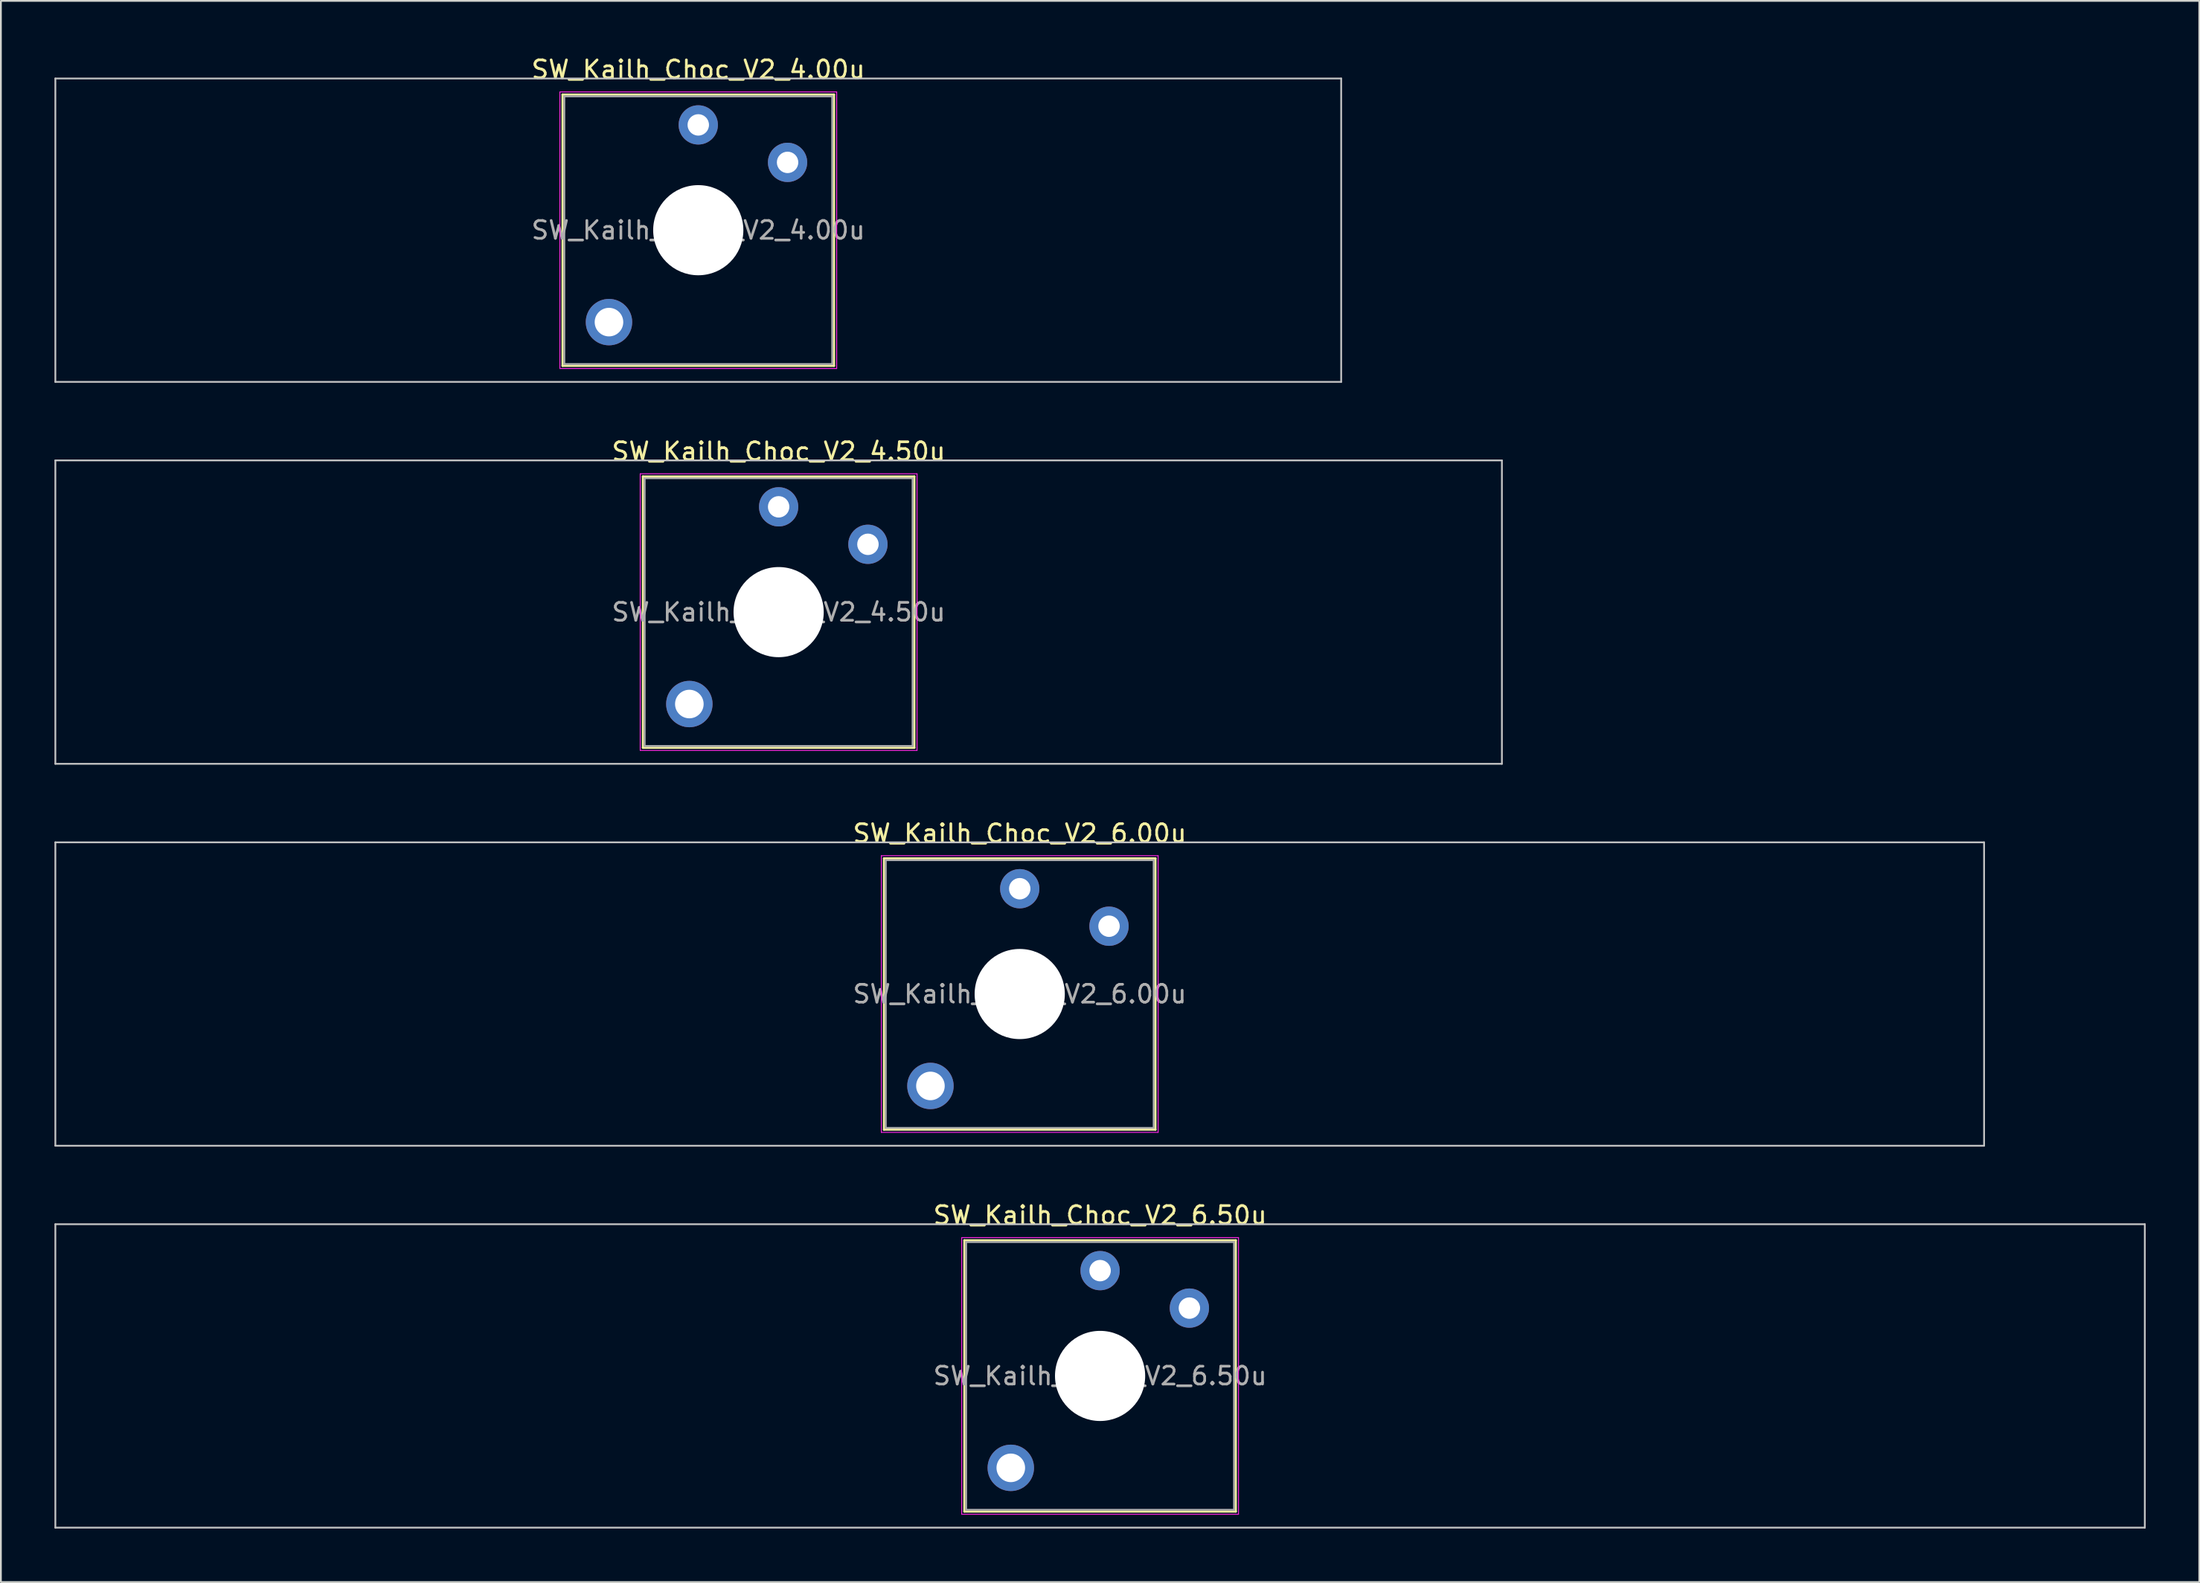
<source format=kicad_pcb>
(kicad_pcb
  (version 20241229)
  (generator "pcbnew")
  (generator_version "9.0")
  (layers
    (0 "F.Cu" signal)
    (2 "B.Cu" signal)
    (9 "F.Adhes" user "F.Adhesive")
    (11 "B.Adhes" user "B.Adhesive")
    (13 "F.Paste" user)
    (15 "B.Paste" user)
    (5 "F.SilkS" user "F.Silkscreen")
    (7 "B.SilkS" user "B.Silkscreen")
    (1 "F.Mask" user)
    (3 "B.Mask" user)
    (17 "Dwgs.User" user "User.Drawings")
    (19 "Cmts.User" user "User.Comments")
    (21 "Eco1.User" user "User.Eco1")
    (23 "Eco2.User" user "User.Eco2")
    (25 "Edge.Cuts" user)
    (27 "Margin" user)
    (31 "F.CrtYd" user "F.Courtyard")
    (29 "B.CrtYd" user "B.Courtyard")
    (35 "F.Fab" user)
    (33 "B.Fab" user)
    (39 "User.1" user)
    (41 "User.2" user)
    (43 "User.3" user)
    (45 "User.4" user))
  (footprint "SW_Kailh_Choc_V2_6.50u"
    (layer "F.Cu")
    (at 58.55 74.043)
    (property "Reference" "SW_Kailh_Choc_V2_6.50u" (at 0 -9 0) (layer "F.SilkS") (effects (font (size 1 1) (thickness 0.15))))
    (attr through_hole)
    (fp_line (start -7.6 -7.6) (end -7.6 7.6) (stroke (width 0.12) (type solid)) (layer "F.SilkS"))
    (fp_line (start -7.6 7.6) (end 7.6 7.6) (stroke (width 0.12) (type solid)) (layer "F.SilkS"))
    (fp_line (start 7.6 -7.6) (end -7.6 -7.6) (stroke (width 0.12) (type solid)) (layer "F.SilkS"))
    (fp_line (start 7.6 7.6) (end 7.6 -7.6) (stroke (width 0.12) (type solid)) (layer "F.SilkS"))
    (fp_line (start -58.5 -8.5) (end -58.5 8.5) (stroke (width 0.1) (type solid)) (layer "Dwgs.User"))
    (fp_line (start -58.5 8.5) (end 58.5 8.5) (stroke (width 0.1) (type solid)) (layer "Dwgs.User"))
    (fp_line (start 58.5 -8.5) (end -58.5 -8.5) (stroke (width 0.1) (type solid)) (layer "Dwgs.User"))
    (fp_line (start 58.5 8.5) (end 58.5 -8.5) (stroke (width 0.1) (type solid)) (layer "Dwgs.User"))
    (fp_line (start -7.25 -7.25) (end -7.25 7.25) (stroke (width 0.1) (type solid)) (layer "Eco1.User"))
    (fp_line (start -7.25 7.25) (end 7.25 7.25) (stroke (width 0.1) (type solid)) (layer "Eco1.User"))
    (fp_line (start 7.25 -7.25) (end -7.25 -7.25) (stroke (width 0.1) (type solid)) (layer "Eco1.User"))
    (fp_line (start 7.25 7.25) (end 7.25 -7.25) (stroke (width 0.1) (type solid)) (layer "Eco1.User"))
    (fp_line (start -7.75 -7.75) (end -7.75 7.75) (stroke (width 0.05) (type solid)) (layer "F.CrtYd"))
    (fp_line (start -7.75 7.75) (end 7.75 7.75) (stroke (width 0.05) (type solid)) (layer "F.CrtYd"))
    (fp_line (start 7.75 -7.75) (end -7.75 -7.75) (stroke (width 0.05) (type solid)) (layer "F.CrtYd"))
    (fp_line (start 7.75 7.75) (end 7.75 -7.75) (stroke (width 0.05) (type solid)) (layer "F.CrtYd"))
    (fp_line (start -7.5 -7.5) (end -7.5 7.5) (stroke (width 0.1) (type solid)) (layer "F.Fab"))
    (fp_line (start -7.5 7.5) (end 7.5 7.5) (stroke (width 0.1) (type solid)) (layer "F.Fab"))
    (fp_line (start 7.5 -7.5) (end -7.5 -7.5) (stroke (width 0.1) (type solid)) (layer "F.Fab"))
    (fp_line (start 7.5 7.5) (end 7.5 -7.5) (stroke (width 0.1) (type solid)) (layer "F.Fab"))
    (fp_text user "${REFERENCE}" (at 0 0 0) (layer "F.Fab") (effects (font (size 1 1) (thickness 0.15))))
    (pad "" thru_hole circle (at -5 5.15) (size 2.6 2.6) (drill 1.6) (layers "*.Cu" "*.Mask"))
    (pad "" np_thru_hole circle (at 0 0) (size 5.05 5.05) (drill 5.05) (layers "*.Cu" "*.Mask"))
    (pad "1" thru_hole circle (at 0 -5.9) (size 2.2 2.2) (drill 1.2) (layers "*.Cu" "*.Mask"))
    (pad "2" thru_hole circle (at 5 -3.8) (size 2.2 2.2) (drill 1.2) (layers "*.Cu" "*.Mask")))
  (footprint "SW_Kailh_Choc_V2_4.00u"
    (layer "F.Cu")
    (at 36.05 9.848)
    (property "Reference" "SW_Kailh_Choc_V2_4.00u" (at 0 -9 0) (layer "F.SilkS") (effects (font (size 1 1) (thickness 0.15))))
    (attr through_hole)
    (fp_line (start -7.6 -7.6) (end -7.6 7.6) (stroke (width 0.12) (type solid)) (layer "F.SilkS"))
    (fp_line (start -7.6 7.6) (end 7.6 7.6) (stroke (width 0.12) (type solid)) (layer "F.SilkS"))
    (fp_line (start 7.6 -7.6) (end -7.6 -7.6) (stroke (width 0.12) (type solid)) (layer "F.SilkS"))
    (fp_line (start 7.6 7.6) (end 7.6 -7.6) (stroke (width 0.12) (type solid)) (layer "F.SilkS"))
    (fp_line (start -36 -8.5) (end -36 8.5) (stroke (width 0.1) (type solid)) (layer "Dwgs.User"))
    (fp_line (start -36 8.5) (end 36 8.5) (stroke (width 0.1) (type solid)) (layer "Dwgs.User"))
    (fp_line (start 36 -8.5) (end -36 -8.5) (stroke (width 0.1) (type solid)) (layer "Dwgs.User"))
    (fp_line (start 36 8.5) (end 36 -8.5) (stroke (width 0.1) (type solid)) (layer "Dwgs.User"))
    (fp_line (start -7.25 -7.25) (end -7.25 7.25) (stroke (width 0.1) (type solid)) (layer "Eco1.User"))
    (fp_line (start -7.25 7.25) (end 7.25 7.25) (stroke (width 0.1) (type solid)) (layer "Eco1.User"))
    (fp_line (start 7.25 -7.25) (end -7.25 -7.25) (stroke (width 0.1) (type solid)) (layer "Eco1.User"))
    (fp_line (start 7.25 7.25) (end 7.25 -7.25) (stroke (width 0.1) (type solid)) (layer "Eco1.User"))
    (fp_line (start -7.75 -7.75) (end -7.75 7.75) (stroke (width 0.05) (type solid)) (layer "F.CrtYd"))
    (fp_line (start -7.75 7.75) (end 7.75 7.75) (stroke (width 0.05) (type solid)) (layer "F.CrtYd"))
    (fp_line (start 7.75 -7.75) (end -7.75 -7.75) (stroke (width 0.05) (type solid)) (layer "F.CrtYd"))
    (fp_line (start 7.75 7.75) (end 7.75 -7.75) (stroke (width 0.05) (type solid)) (layer "F.CrtYd"))
    (fp_line (start -7.5 -7.5) (end -7.5 7.5) (stroke (width 0.1) (type solid)) (layer "F.Fab"))
    (fp_line (start -7.5 7.5) (end 7.5 7.5) (stroke (width 0.1) (type solid)) (layer "F.Fab"))
    (fp_line (start 7.5 -7.5) (end -7.5 -7.5) (stroke (width 0.1) (type solid)) (layer "F.Fab"))
    (fp_line (start 7.5 7.5) (end 7.5 -7.5) (stroke (width 0.1) (type solid)) (layer "F.Fab"))
    (fp_text user "${REFERENCE}" (at 0 0 0) (layer "F.Fab") (effects (font (size 1 1) (thickness 0.15))))
    (pad "" thru_hole circle (at -5 5.15) (size 2.6 2.6) (drill 1.6) (layers "*.Cu" "*.Mask"))
    (pad "" np_thru_hole circle (at 0 0) (size 5.05 5.05) (drill 5.05) (layers "*.Cu" "*.Mask"))
    (pad "1" thru_hole circle (at 0 -5.9) (size 2.2 2.2) (drill 1.2) (layers "*.Cu" "*.Mask"))
    (pad "2" thru_hole circle (at 5 -3.8) (size 2.2 2.2) (drill 1.2) (layers "*.Cu" "*.Mask")))
  (footprint "SW_Kailh_Choc_V2_4.50u"
    (layer "F.Cu")
    (at 40.55 31.247)
    (property "Reference" "SW_Kailh_Choc_V2_4.50u" (at 0 -9 0) (layer "F.SilkS") (effects (font (size 1 1) (thickness 0.15))))
    (attr through_hole)
    (fp_line (start -7.6 -7.6) (end -7.6 7.6) (stroke (width 0.12) (type solid)) (layer "F.SilkS"))
    (fp_line (start -7.6 7.6) (end 7.6 7.6) (stroke (width 0.12) (type solid)) (layer "F.SilkS"))
    (fp_line (start 7.6 -7.6) (end -7.6 -7.6) (stroke (width 0.12) (type solid)) (layer "F.SilkS"))
    (fp_line (start 7.6 7.6) (end 7.6 -7.6) (stroke (width 0.12) (type solid)) (layer "F.SilkS"))
    (fp_line (start -40.5 -8.5) (end -40.5 8.5) (stroke (width 0.1) (type solid)) (layer "Dwgs.User"))
    (fp_line (start -40.5 8.5) (end 40.5 8.5) (stroke (width 0.1) (type solid)) (layer "Dwgs.User"))
    (fp_line (start 40.5 -8.5) (end -40.5 -8.5) (stroke (width 0.1) (type solid)) (layer "Dwgs.User"))
    (fp_line (start 40.5 8.5) (end 40.5 -8.5) (stroke (width 0.1) (type solid)) (layer "Dwgs.User"))
    (fp_line (start -7.25 -7.25) (end -7.25 7.25) (stroke (width 0.1) (type solid)) (layer "Eco1.User"))
    (fp_line (start -7.25 7.25) (end 7.25 7.25) (stroke (width 0.1) (type solid)) (layer "Eco1.User"))
    (fp_line (start 7.25 -7.25) (end -7.25 -7.25) (stroke (width 0.1) (type solid)) (layer "Eco1.User"))
    (fp_line (start 7.25 7.25) (end 7.25 -7.25) (stroke (width 0.1) (type solid)) (layer "Eco1.User"))
    (fp_line (start -7.75 -7.75) (end -7.75 7.75) (stroke (width 0.05) (type solid)) (layer "F.CrtYd"))
    (fp_line (start -7.75 7.75) (end 7.75 7.75) (stroke (width 0.05) (type solid)) (layer "F.CrtYd"))
    (fp_line (start 7.75 -7.75) (end -7.75 -7.75) (stroke (width 0.05) (type solid)) (layer "F.CrtYd"))
    (fp_line (start 7.75 7.75) (end 7.75 -7.75) (stroke (width 0.05) (type solid)) (layer "F.CrtYd"))
    (fp_line (start -7.5 -7.5) (end -7.5 7.5) (stroke (width 0.1) (type solid)) (layer "F.Fab"))
    (fp_line (start -7.5 7.5) (end 7.5 7.5) (stroke (width 0.1) (type solid)) (layer "F.Fab"))
    (fp_line (start 7.5 -7.5) (end -7.5 -7.5) (stroke (width 0.1) (type solid)) (layer "F.Fab"))
    (fp_line (start 7.5 7.5) (end 7.5 -7.5) (stroke (width 0.1) (type solid)) (layer "F.Fab"))
    (fp_text user "${REFERENCE}" (at 0 0 0) (layer "F.Fab") (effects (font (size 1 1) (thickness 0.15))))
    (pad "" thru_hole circle (at -5 5.15) (size 2.6 2.6) (drill 1.6) (layers "*.Cu" "*.Mask"))
    (pad "" np_thru_hole circle (at 0 0) (size 5.05 5.05) (drill 5.05) (layers "*.Cu" "*.Mask"))
    (pad "1" thru_hole circle (at 0 -5.9) (size 2.2 2.2) (drill 1.2) (layers "*.Cu" "*.Mask"))
    (pad "2" thru_hole circle (at 5 -3.8) (size 2.2 2.2) (drill 1.2) (layers "*.Cu" "*.Mask")))
  (footprint "SW_Kailh_Choc_V2_6.00u"
    (layer "F.Cu")
    (at 54.05 52.645)
    (property "Reference" "SW_Kailh_Choc_V2_6.00u" (at 0 -9 0) (layer "F.SilkS") (effects (font (size 1 1) (thickness 0.15))))
    (attr through_hole)
    (fp_line (start -7.6 -7.6) (end -7.6 7.6) (stroke (width 0.12) (type solid)) (layer "F.SilkS"))
    (fp_line (start -7.6 7.6) (end 7.6 7.6) (stroke (width 0.12) (type solid)) (layer "F.SilkS"))
    (fp_line (start 7.6 -7.6) (end -7.6 -7.6) (stroke (width 0.12) (type solid)) (layer "F.SilkS"))
    (fp_line (start 7.6 7.6) (end 7.6 -7.6) (stroke (width 0.12) (type solid)) (layer "F.SilkS"))
    (fp_line (start -54 -8.5) (end -54 8.5) (stroke (width 0.1) (type solid)) (layer "Dwgs.User"))
    (fp_line (start -54 8.5) (end 54 8.5) (stroke (width 0.1) (type solid)) (layer "Dwgs.User"))
    (fp_line (start 54 -8.5) (end -54 -8.5) (stroke (width 0.1) (type solid)) (layer "Dwgs.User"))
    (fp_line (start 54 8.5) (end 54 -8.5) (stroke (width 0.1) (type solid)) (layer "Dwgs.User"))
    (fp_line (start -7.25 -7.25) (end -7.25 7.25) (stroke (width 0.1) (type solid)) (layer "Eco1.User"))
    (fp_line (start -7.25 7.25) (end 7.25 7.25) (stroke (width 0.1) (type solid)) (layer "Eco1.User"))
    (fp_line (start 7.25 -7.25) (end -7.25 -7.25) (stroke (width 0.1) (type solid)) (layer "Eco1.User"))
    (fp_line (start 7.25 7.25) (end 7.25 -7.25) (stroke (width 0.1) (type solid)) (layer "Eco1.User"))
    (fp_line (start -7.75 -7.75) (end -7.75 7.75) (stroke (width 0.05) (type solid)) (layer "F.CrtYd"))
    (fp_line (start -7.75 7.75) (end 7.75 7.75) (stroke (width 0.05) (type solid)) (layer "F.CrtYd"))
    (fp_line (start 7.75 -7.75) (end -7.75 -7.75) (stroke (width 0.05) (type solid)) (layer "F.CrtYd"))
    (fp_line (start 7.75 7.75) (end 7.75 -7.75) (stroke (width 0.05) (type solid)) (layer "F.CrtYd"))
    (fp_line (start -7.5 -7.5) (end -7.5 7.5) (stroke (width 0.1) (type solid)) (layer "F.Fab"))
    (fp_line (start -7.5 7.5) (end 7.5 7.5) (stroke (width 0.1) (type solid)) (layer "F.Fab"))
    (fp_line (start 7.5 -7.5) (end -7.5 -7.5) (stroke (width 0.1) (type solid)) (layer "F.Fab"))
    (fp_line (start 7.5 7.5) (end 7.5 -7.5) (stroke (width 0.1) (type solid)) (layer "F.Fab"))
    (fp_text user "${REFERENCE}" (at 0 0 0) (layer "F.Fab") (effects (font (size 1 1) (thickness 0.15))))
    (pad "" thru_hole circle (at -5 5.15) (size 2.6 2.6) (drill 1.6) (layers "*.Cu" "*.Mask"))
    (pad "" np_thru_hole circle (at 0 0) (size 5.05 5.05) (drill 5.05) (layers "*.Cu" "*.Mask"))
    (pad "1" thru_hole circle (at 0 -5.9) (size 2.2 2.2) (drill 1.2) (layers "*.Cu" "*.Mask"))
    (pad "2" thru_hole circle (at 5 -3.8) (size 2.2 2.2) (drill 1.2) (layers "*.Cu" "*.Mask")))
  (gr_rect
    (start -3 -3)
    (end 120.1 85.593)
    (stroke (width 0.1) (type default))
    (fill no)
    (layer "Edge.Cuts")))
</source>
